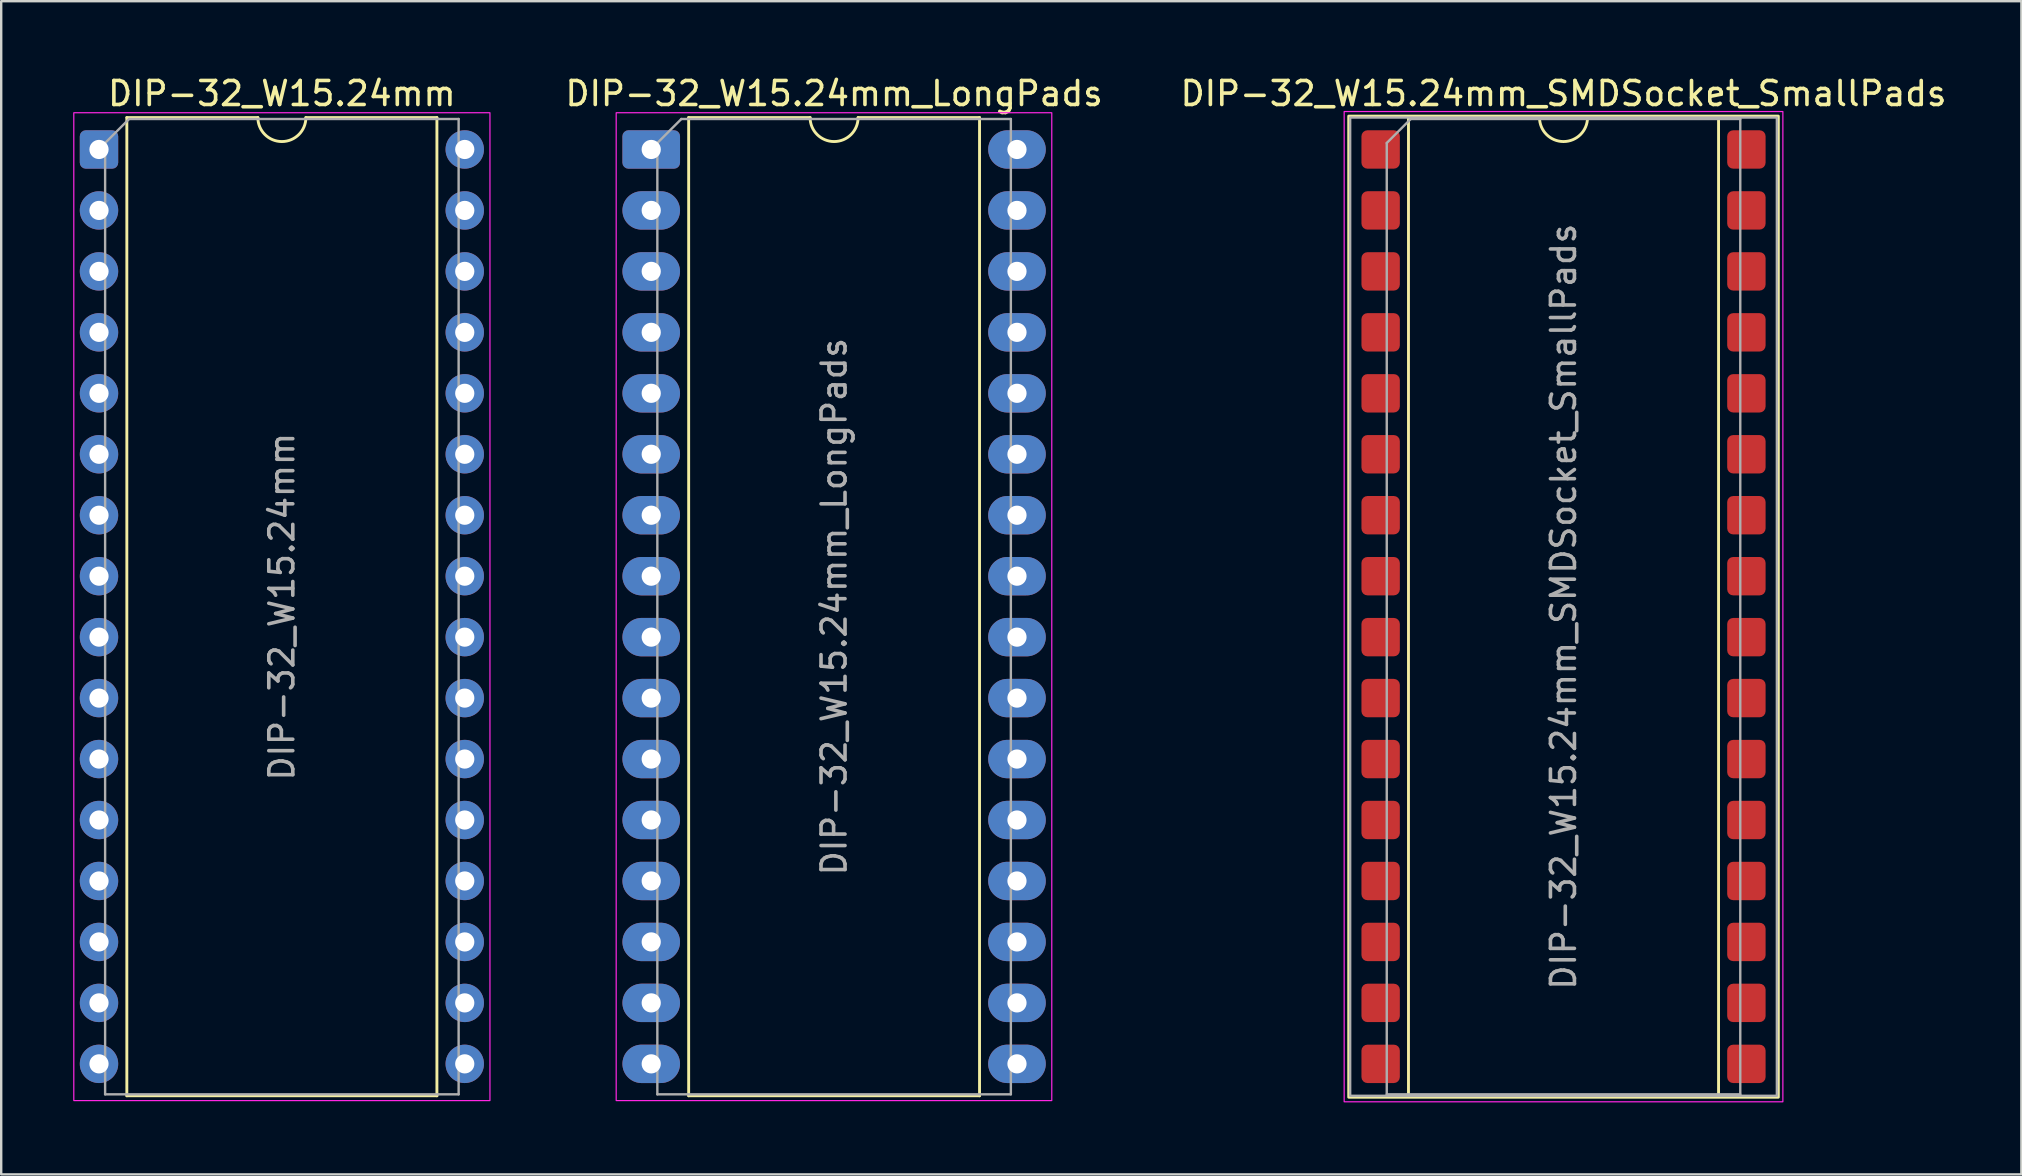
<source format=kicad_pcb>
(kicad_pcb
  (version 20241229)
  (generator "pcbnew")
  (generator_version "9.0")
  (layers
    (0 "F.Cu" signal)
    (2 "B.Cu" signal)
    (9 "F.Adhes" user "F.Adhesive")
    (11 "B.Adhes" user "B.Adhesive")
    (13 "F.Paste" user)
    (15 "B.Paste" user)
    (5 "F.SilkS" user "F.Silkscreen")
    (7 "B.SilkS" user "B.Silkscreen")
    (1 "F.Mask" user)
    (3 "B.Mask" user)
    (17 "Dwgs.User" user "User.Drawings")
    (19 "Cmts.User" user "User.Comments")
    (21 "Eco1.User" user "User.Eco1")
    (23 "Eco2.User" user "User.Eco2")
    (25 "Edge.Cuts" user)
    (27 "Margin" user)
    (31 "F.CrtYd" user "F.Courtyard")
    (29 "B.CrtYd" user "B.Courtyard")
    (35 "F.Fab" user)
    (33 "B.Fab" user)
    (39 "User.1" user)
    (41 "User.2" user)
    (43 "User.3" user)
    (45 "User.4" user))
  (footprint "DIP-32_W15.24mm_LongPads"
    (layer "F.Cu")
    (at 24.085 3.178)
    (property "Reference" "DIP-32_W15.24mm_LongPads" (at 7.62 -2.33 0) (layer "F.SilkS") (effects (font (size 1 1) (thickness 0.15))))
    (attr through_hole)
    (fp_line (start 1.56 -1.33) (end 1.56 39.43) (stroke (width 0.12) (type solid)) (layer "F.SilkS"))
    (fp_line (start 1.56 39.43) (end 13.68 39.43) (stroke (width 0.12) (type solid)) (layer "F.SilkS"))
    (fp_line (start 6.62 -1.33) (end 1.56 -1.33) (stroke (width 0.12) (type solid)) (layer "F.SilkS"))
    (fp_line (start 13.68 -1.33) (end 8.62 -1.33) (stroke (width 0.12) (type solid)) (layer "F.SilkS"))
    (fp_line (start 13.68 39.43) (end 13.68 -1.33) (stroke (width 0.12) (type solid)) (layer "F.SilkS"))
    (fp_arc (start 8.62 -1.33) (mid 7.62 -0.33) (end 6.62 -1.33) (stroke (width 0.12) (type solid)) (layer "F.SilkS"))
    (fp_rect (start -1.46 -1.53) (end 16.69 39.63) (stroke (width 0.05) (type solid)) (fill no) (layer "F.CrtYd"))
    (fp_line (start 0.255 -0.27) (end 1.255 -1.27) (stroke (width 0.1) (type solid)) (layer "F.Fab"))
    (fp_line (start 0.255 39.37) (end 0.255 -0.27) (stroke (width 0.1) (type solid)) (layer "F.Fab"))
    (fp_line (start 1.255 -1.27) (end 14.985 -1.27) (stroke (width 0.1) (type solid)) (layer "F.Fab"))
    (fp_line (start 14.985 -1.27) (end 14.985 39.37) (stroke (width 0.1) (type solid)) (layer "F.Fab"))
    (fp_line (start 14.985 39.37) (end 0.255 39.37) (stroke (width 0.1) (type solid)) (layer "F.Fab"))
    (fp_text user "${REFERENCE}" (at 7.62 19.05 90) (layer "F.Fab") (effects (font (size 1 1) (thickness 0.15))))
    (pad "1" thru_hole roundrect (at 0 0) (size 2.4 1.6) (drill 0.8) (layers "*.Cu" "*.Mask") (roundrect_rratio 0.156))
    (pad "2" thru_hole oval (at 0 2.54) (size 2.4 1.6) (drill 0.8) (layers "*.Cu" "*.Mask"))
    (pad "3" thru_hole oval (at 0 5.08) (size 2.4 1.6) (drill 0.8) (layers "*.Cu" "*.Mask"))
    (pad "4" thru_hole oval (at 0 7.62) (size 2.4 1.6) (drill 0.8) (layers "*.Cu" "*.Mask"))
    (pad "5" thru_hole oval (at 0 10.16) (size 2.4 1.6) (drill 0.8) (layers "*.Cu" "*.Mask"))
    (pad "6" thru_hole oval (at 0 12.7) (size 2.4 1.6) (drill 0.8) (layers "*.Cu" "*.Mask"))
    (pad "7" thru_hole oval (at 0 15.24) (size 2.4 1.6) (drill 0.8) (layers "*.Cu" "*.Mask"))
    (pad "8" thru_hole oval (at 0 17.78) (size 2.4 1.6) (drill 0.8) (layers "*.Cu" "*.Mask"))
    (pad "9" thru_hole oval (at 0 20.32) (size 2.4 1.6) (drill 0.8) (layers "*.Cu" "*.Mask"))
    (pad "10" thru_hole oval (at 0 22.86) (size 2.4 1.6) (drill 0.8) (layers "*.Cu" "*.Mask"))
    (pad "11" thru_hole oval (at 0 25.4) (size 2.4 1.6) (drill 0.8) (layers "*.Cu" "*.Mask"))
    (pad "12" thru_hole oval (at 0 27.94) (size 2.4 1.6) (drill 0.8) (layers "*.Cu" "*.Mask"))
    (pad "13" thru_hole oval (at 0 30.48) (size 2.4 1.6) (drill 0.8) (layers "*.Cu" "*.Mask"))
    (pad "14" thru_hole oval (at 0 33.02) (size 2.4 1.6) (drill 0.8) (layers "*.Cu" "*.Mask"))
    (pad "15" thru_hole oval (at 0 35.56) (size 2.4 1.6) (drill 0.8) (layers "*.Cu" "*.Mask"))
    (pad "16" thru_hole oval (at 0 38.1) (size 2.4 1.6) (drill 0.8) (layers "*.Cu" "*.Mask"))
    (pad "17" thru_hole oval (at 15.24 38.1) (size 2.4 1.6) (drill 0.8) (layers "*.Cu" "*.Mask"))
    (pad "18" thru_hole oval (at 15.24 35.56) (size 2.4 1.6) (drill 0.8) (layers "*.Cu" "*.Mask"))
    (pad "19" thru_hole oval (at 15.24 33.02) (size 2.4 1.6) (drill 0.8) (layers "*.Cu" "*.Mask"))
    (pad "20" thru_hole oval (at 15.24 30.48) (size 2.4 1.6) (drill 0.8) (layers "*.Cu" "*.Mask"))
    (pad "21" thru_hole oval (at 15.24 27.94) (size 2.4 1.6) (drill 0.8) (layers "*.Cu" "*.Mask"))
    (pad "22" thru_hole oval (at 15.24 25.4) (size 2.4 1.6) (drill 0.8) (layers "*.Cu" "*.Mask"))
    (pad "23" thru_hole oval (at 15.24 22.86) (size 2.4 1.6) (drill 0.8) (layers "*.Cu" "*.Mask"))
    (pad "24" thru_hole oval (at 15.24 20.32) (size 2.4 1.6) (drill 0.8) (layers "*.Cu" "*.Mask"))
    (pad "25" thru_hole oval (at 15.24 17.78) (size 2.4 1.6) (drill 0.8) (layers "*.Cu" "*.Mask"))
    (pad "26" thru_hole oval (at 15.24 15.24) (size 2.4 1.6) (drill 0.8) (layers "*.Cu" "*.Mask"))
    (pad "27" thru_hole oval (at 15.24 12.7) (size 2.4 1.6) (drill 0.8) (layers "*.Cu" "*.Mask"))
    (pad "28" thru_hole oval (at 15.24 10.16) (size 2.4 1.6) (drill 0.8) (layers "*.Cu" "*.Mask"))
    (pad "29" thru_hole oval (at 15.24 7.62) (size 2.4 1.6) (drill 0.8) (layers "*.Cu" "*.Mask"))
    (pad "30" thru_hole oval (at 15.24 5.08) (size 2.4 1.6) (drill 0.8) (layers "*.Cu" "*.Mask"))
    (pad "31" thru_hole oval (at 15.24 2.54) (size 2.4 1.6) (drill 0.8) (layers "*.Cu" "*.Mask"))
    (pad "32" thru_hole oval (at 15.24 0) (size 2.4 1.6) (drill 0.8) (layers "*.Cu" "*.Mask")))
  (footprint "DIP-32_W15.24mm_SMDSocket_SmallPads"
    (layer "F.Cu")
    (at 62.098 22.228)
    (property "Reference" "DIP-32_W15.24mm_SMDSocket_SmallPads" (at 0 -21.38 0) (layer "F.SilkS") (effects (font (size 1 1) (thickness 0.15))))
    (attr smd)
    (fp_line (start -6.46 -20.38) (end -6.46 20.38) (stroke (width 0.12) (type solid)) (layer "F.SilkS"))
    (fp_line (start -6.46 20.38) (end 6.46 20.38) (stroke (width 0.12) (type solid)) (layer "F.SilkS"))
    (fp_line (start -1 -20.38) (end -6.46 -20.38) (stroke (width 0.12) (type solid)) (layer "F.SilkS"))
    (fp_line (start 6.46 -20.38) (end 1 -20.38) (stroke (width 0.12) (type solid)) (layer "F.SilkS"))
    (fp_line (start 6.46 20.38) (end 6.46 -20.38) (stroke (width 0.12) (type solid)) (layer "F.SilkS"))
    (fp_rect (start -8.95 -20.44) (end 8.95 20.44) (stroke (width 0.12) (type solid)) (fill no) (layer "F.SilkS"))
    (fp_arc (start 1 -20.38) (mid 0 -19.38) (end -1 -20.38) (stroke (width 0.12) (type solid)) (layer "F.SilkS"))
    (fp_rect (start -9.14 -20.63) (end 9.14 20.63) (stroke (width 0.05) (type solid)) (fill no) (layer "F.CrtYd"))
    (fp_line (start -7.365 -19.32) (end -6.365 -20.32) (stroke (width 0.1) (type solid)) (layer "F.Fab"))
    (fp_line (start -7.365 20.32) (end -7.365 -19.32) (stroke (width 0.1) (type solid)) (layer "F.Fab"))
    (fp_line (start -6.365 -20.32) (end 7.365 -20.32) (stroke (width 0.1) (type solid)) (layer "F.Fab"))
    (fp_line (start 7.365 -20.32) (end 7.365 20.32) (stroke (width 0.1) (type solid)) (layer "F.Fab"))
    (fp_line (start 7.365 20.32) (end -7.365 20.32) (stroke (width 0.1) (type solid)) (layer "F.Fab"))
    (fp_rect (start -8.89 -20.38) (end 8.89 20.38) (stroke (width 0.1) (type solid)) (fill no) (layer "F.Fab"))
    (fp_text user "${REFERENCE}" (at 0 0 90) (layer "F.Fab") (effects (font (size 1 1) (thickness 0.15))))
    (pad "1" smd roundrect (at -7.62 -19.05) (size 1.6 1.6) (layers "F.Cu" "F.Mask" "F.Paste") (roundrect_rratio 0.156))
    (pad "2" smd roundrect (at -7.62 -16.51) (size 1.6 1.6) (layers "F.Cu" "F.Mask" "F.Paste") (roundrect_rratio 0.156))
    (pad "3" smd roundrect (at -7.62 -13.97) (size 1.6 1.6) (layers "F.Cu" "F.Mask" "F.Paste") (roundrect_rratio 0.156))
    (pad "4" smd roundrect (at -7.62 -11.43) (size 1.6 1.6) (layers "F.Cu" "F.Mask" "F.Paste") (roundrect_rratio 0.156))
    (pad "5" smd roundrect (at -7.62 -8.89) (size 1.6 1.6) (layers "F.Cu" "F.Mask" "F.Paste") (roundrect_rratio 0.156))
    (pad "6" smd roundrect (at -7.62 -6.35) (size 1.6 1.6) (layers "F.Cu" "F.Mask" "F.Paste") (roundrect_rratio 0.156))
    (pad "7" smd roundrect (at -7.62 -3.81) (size 1.6 1.6) (layers "F.Cu" "F.Mask" "F.Paste") (roundrect_rratio 0.156))
    (pad "8" smd roundrect (at -7.62 -1.27) (size 1.6 1.6) (layers "F.Cu" "F.Mask" "F.Paste") (roundrect_rratio 0.156))
    (pad "9" smd roundrect (at -7.62 1.27) (size 1.6 1.6) (layers "F.Cu" "F.Mask" "F.Paste") (roundrect_rratio 0.156))
    (pad "10" smd roundrect (at -7.62 3.81) (size 1.6 1.6) (layers "F.Cu" "F.Mask" "F.Paste") (roundrect_rratio 0.156))
    (pad "11" smd roundrect (at -7.62 6.35) (size 1.6 1.6) (layers "F.Cu" "F.Mask" "F.Paste") (roundrect_rratio 0.156))
    (pad "12" smd roundrect (at -7.62 8.89) (size 1.6 1.6) (layers "F.Cu" "F.Mask" "F.Paste") (roundrect_rratio 0.156))
    (pad "13" smd roundrect (at -7.62 11.43) (size 1.6 1.6) (layers "F.Cu" "F.Mask" "F.Paste") (roundrect_rratio 0.156))
    (pad "14" smd roundrect (at -7.62 13.97) (size 1.6 1.6) (layers "F.Cu" "F.Mask" "F.Paste") (roundrect_rratio 0.156))
    (pad "15" smd roundrect (at -7.62 16.51) (size 1.6 1.6) (layers "F.Cu" "F.Mask" "F.Paste") (roundrect_rratio 0.156))
    (pad "16" smd roundrect (at -7.62 19.05) (size 1.6 1.6) (layers "F.Cu" "F.Mask" "F.Paste") (roundrect_rratio 0.156))
    (pad "17" smd roundrect (at 7.62 19.05) (size 1.6 1.6) (layers "F.Cu" "F.Mask" "F.Paste") (roundrect_rratio 0.156))
    (pad "18" smd roundrect (at 7.62 16.51) (size 1.6 1.6) (layers "F.Cu" "F.Mask" "F.Paste") (roundrect_rratio 0.156))
    (pad "19" smd roundrect (at 7.62 13.97) (size 1.6 1.6) (layers "F.Cu" "F.Mask" "F.Paste") (roundrect_rratio 0.156))
    (pad "20" smd roundrect (at 7.62 11.43) (size 1.6 1.6) (layers "F.Cu" "F.Mask" "F.Paste") (roundrect_rratio 0.156))
    (pad "21" smd roundrect (at 7.62 8.89) (size 1.6 1.6) (layers "F.Cu" "F.Mask" "F.Paste") (roundrect_rratio 0.156))
    (pad "22" smd roundrect (at 7.62 6.35) (size 1.6 1.6) (layers "F.Cu" "F.Mask" "F.Paste") (roundrect_rratio 0.156))
    (pad "23" smd roundrect (at 7.62 3.81) (size 1.6 1.6) (layers "F.Cu" "F.Mask" "F.Paste") (roundrect_rratio 0.156))
    (pad "24" smd roundrect (at 7.62 1.27) (size 1.6 1.6) (layers "F.Cu" "F.Mask" "F.Paste") (roundrect_rratio 0.156))
    (pad "25" smd roundrect (at 7.62 -1.27) (size 1.6 1.6) (layers "F.Cu" "F.Mask" "F.Paste") (roundrect_rratio 0.156))
    (pad "26" smd roundrect (at 7.62 -3.81) (size 1.6 1.6) (layers "F.Cu" "F.Mask" "F.Paste") (roundrect_rratio 0.156))
    (pad "27" smd roundrect (at 7.62 -6.35) (size 1.6 1.6) (layers "F.Cu" "F.Mask" "F.Paste") (roundrect_rratio 0.156))
    (pad "28" smd roundrect (at 7.62 -8.89) (size 1.6 1.6) (layers "F.Cu" "F.Mask" "F.Paste") (roundrect_rratio 0.156))
    (pad "29" smd roundrect (at 7.62 -11.43) (size 1.6 1.6) (layers "F.Cu" "F.Mask" "F.Paste") (roundrect_rratio 0.156))
    (pad "30" smd roundrect (at 7.62 -13.97) (size 1.6 1.6) (layers "F.Cu" "F.Mask" "F.Paste") (roundrect_rratio 0.156))
    (pad "31" smd roundrect (at 7.62 -16.51) (size 1.6 1.6) (layers "F.Cu" "F.Mask" "F.Paste") (roundrect_rratio 0.156))
    (pad "32" smd roundrect (at 7.62 -19.05) (size 1.6 1.6) (layers "F.Cu" "F.Mask" "F.Paste") (roundrect_rratio 0.156)))
  (footprint "DIP-32_W15.24mm"
    (layer "F.Cu")
    (at 1.075 3.178)
    (property "Reference" "DIP-32_W15.24mm" (at 7.62 -2.33 0) (layer "F.SilkS") (effects (font (size 1 1) (thickness 0.15))))
    (attr through_hole)
    (fp_line (start 1.16 -1.33) (end 1.16 39.43) (stroke (width 0.12) (type solid)) (layer "F.SilkS"))
    (fp_line (start 1.16 39.43) (end 14.08 39.43) (stroke (width 0.12) (type solid)) (layer "F.SilkS"))
    (fp_line (start 6.62 -1.33) (end 1.16 -1.33) (stroke (width 0.12) (type solid)) (layer "F.SilkS"))
    (fp_line (start 14.08 -1.33) (end 8.62 -1.33) (stroke (width 0.12) (type solid)) (layer "F.SilkS"))
    (fp_line (start 14.08 39.43) (end 14.08 -1.33) (stroke (width 0.12) (type solid)) (layer "F.SilkS"))
    (fp_arc (start 8.62 -1.33) (mid 7.62 -0.33) (end 6.62 -1.33) (stroke (width 0.12) (type solid)) (layer "F.SilkS"))
    (fp_rect (start -1.05 -1.53) (end 16.29 39.63) (stroke (width 0.05) (type solid)) (fill no) (layer "F.CrtYd"))
    (fp_line (start 0.255 -0.27) (end 1.255 -1.27) (stroke (width 0.1) (type solid)) (layer "F.Fab"))
    (fp_line (start 0.255 39.37) (end 0.255 -0.27) (stroke (width 0.1) (type solid)) (layer "F.Fab"))
    (fp_line (start 1.255 -1.27) (end 14.985 -1.27) (stroke (width 0.1) (type solid)) (layer "F.Fab"))
    (fp_line (start 14.985 -1.27) (end 14.985 39.37) (stroke (width 0.1) (type solid)) (layer "F.Fab"))
    (fp_line (start 14.985 39.37) (end 0.255 39.37) (stroke (width 0.1) (type solid)) (layer "F.Fab"))
    (fp_text user "${REFERENCE}" (at 7.62 19.05 90) (layer "F.Fab") (effects (font (size 1 1) (thickness 0.15))))
    (pad "1" thru_hole roundrect (at 0 0) (size 1.6 1.6) (drill 0.8) (layers "*.Cu" "*.Mask") (roundrect_rratio 0.156))
    (pad "2" thru_hole circle (at 0 2.54) (size 1.6 1.6) (drill 0.8) (layers "*.Cu" "*.Mask"))
    (pad "3" thru_hole circle (at 0 5.08) (size 1.6 1.6) (drill 0.8) (layers "*.Cu" "*.Mask"))
    (pad "4" thru_hole circle (at 0 7.62) (size 1.6 1.6) (drill 0.8) (layers "*.Cu" "*.Mask"))
    (pad "5" thru_hole circle (at 0 10.16) (size 1.6 1.6) (drill 0.8) (layers "*.Cu" "*.Mask"))
    (pad "6" thru_hole circle (at 0 12.7) (size 1.6 1.6) (drill 0.8) (layers "*.Cu" "*.Mask"))
    (pad "7" thru_hole circle (at 0 15.24) (size 1.6 1.6) (drill 0.8) (layers "*.Cu" "*.Mask"))
    (pad "8" thru_hole circle (at 0 17.78) (size 1.6 1.6) (drill 0.8) (layers "*.Cu" "*.Mask"))
    (pad "9" thru_hole circle (at 0 20.32) (size 1.6 1.6) (drill 0.8) (layers "*.Cu" "*.Mask"))
    (pad "10" thru_hole circle (at 0 22.86) (size 1.6 1.6) (drill 0.8) (layers "*.Cu" "*.Mask"))
    (pad "11" thru_hole circle (at 0 25.4) (size 1.6 1.6) (drill 0.8) (layers "*.Cu" "*.Mask"))
    (pad "12" thru_hole circle (at 0 27.94) (size 1.6 1.6) (drill 0.8) (layers "*.Cu" "*.Mask"))
    (pad "13" thru_hole circle (at 0 30.48) (size 1.6 1.6) (drill 0.8) (layers "*.Cu" "*.Mask"))
    (pad "14" thru_hole circle (at 0 33.02) (size 1.6 1.6) (drill 0.8) (layers "*.Cu" "*.Mask"))
    (pad "15" thru_hole circle (at 0 35.56) (size 1.6 1.6) (drill 0.8) (layers "*.Cu" "*.Mask"))
    (pad "16" thru_hole circle (at 0 38.1) (size 1.6 1.6) (drill 0.8) (layers "*.Cu" "*.Mask"))
    (pad "17" thru_hole circle (at 15.24 38.1) (size 1.6 1.6) (drill 0.8) (layers "*.Cu" "*.Mask"))
    (pad "18" thru_hole circle (at 15.24 35.56) (size 1.6 1.6) (drill 0.8) (layers "*.Cu" "*.Mask"))
    (pad "19" thru_hole circle (at 15.24 33.02) (size 1.6 1.6) (drill 0.8) (layers "*.Cu" "*.Mask"))
    (pad "20" thru_hole circle (at 15.24 30.48) (size 1.6 1.6) (drill 0.8) (layers "*.Cu" "*.Mask"))
    (pad "21" thru_hole circle (at 15.24 27.94) (size 1.6 1.6) (drill 0.8) (layers "*.Cu" "*.Mask"))
    (pad "22" thru_hole circle (at 15.24 25.4) (size 1.6 1.6) (drill 0.8) (layers "*.Cu" "*.Mask"))
    (pad "23" thru_hole circle (at 15.24 22.86) (size 1.6 1.6) (drill 0.8) (layers "*.Cu" "*.Mask"))
    (pad "24" thru_hole circle (at 15.24 20.32) (size 1.6 1.6) (drill 0.8) (layers "*.Cu" "*.Mask"))
    (pad "25" thru_hole circle (at 15.24 17.78) (size 1.6 1.6) (drill 0.8) (layers "*.Cu" "*.Mask"))
    (pad "26" thru_hole circle (at 15.24 15.24) (size 1.6 1.6) (drill 0.8) (layers "*.Cu" "*.Mask"))
    (pad "27" thru_hole circle (at 15.24 12.7) (size 1.6 1.6) (drill 0.8) (layers "*.Cu" "*.Mask"))
    (pad "28" thru_hole circle (at 15.24 10.16) (size 1.6 1.6) (drill 0.8) (layers "*.Cu" "*.Mask"))
    (pad "29" thru_hole circle (at 15.24 7.62) (size 1.6 1.6) (drill 0.8) (layers "*.Cu" "*.Mask"))
    (pad "30" thru_hole circle (at 15.24 5.08) (size 1.6 1.6) (drill 0.8) (layers "*.Cu" "*.Mask"))
    (pad "31" thru_hole circle (at 15.24 2.54) (size 1.6 1.6) (drill 0.8) (layers "*.Cu" "*.Mask"))
    (pad "32" thru_hole circle (at 15.24 0) (size 1.6 1.6) (drill 0.8) (layers "*.Cu" "*.Mask")))
  (gr_rect
    (start -3 -3)
    (end 81.176 45.883)
    (stroke (width 0.1) (type default))
    (fill no)
    (layer "Edge.Cuts")))
</source>
